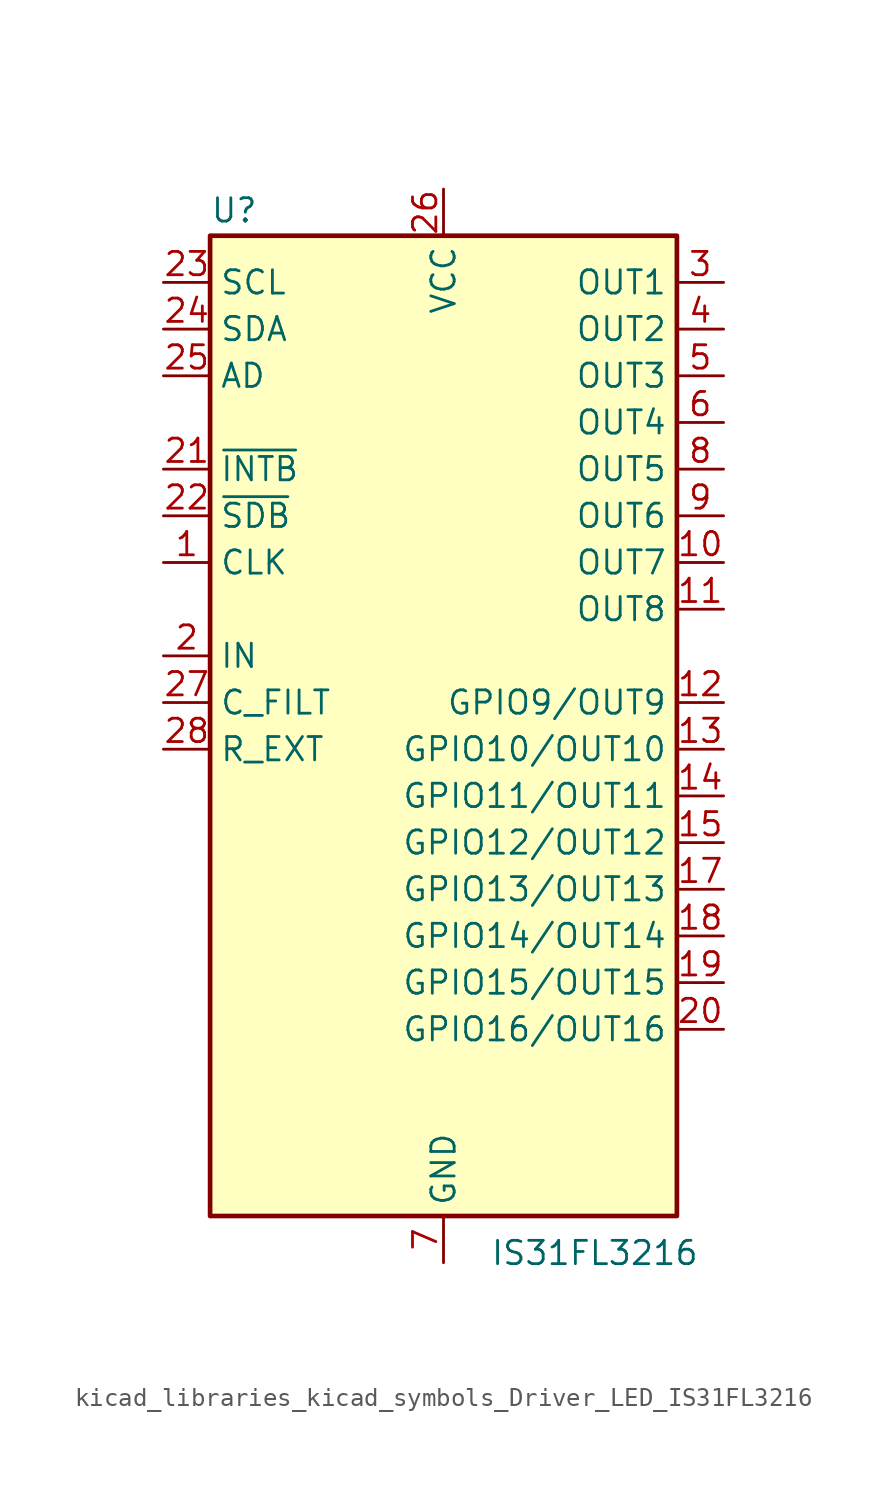
<source format=kicad_sym>
(kicad_symbol_lib
  (version 20220914)
  (generator kicad_symbol_editor)
  (symbol "kicad_libraries_kicad_symbols_Driver_LED_IS31FL3216"
    (property "Reference" "U"
      (at -12.7 23.495 0)
      (effects (font (size 1.27 1.27)) (justify left bottom)))
    (property "Value" "IS31FL3216"
      (at 2.54 -31.75 0)
      (effects (font (size 1.27 1.27)) (justify left top)))
    (symbol "kicad_libraries_kicad_symbols_Driver_LED_IS31FL3216_0_1"
      (rectangle (start -12.7 22.86) (end 12.7 -30.48) (stroke (width 0.254) (type default)) (fill (type background))))
    (symbol "kicad_libraries_kicad_symbols_Driver_LED_IS31FL3216_1_1"
      (pin bidirectional line (at -15.24 5.08 0) (length 2.54) (name "CLK" (effects (font (size 1.27 1.27)))) (number "1" (effects (font (size 1.27 1.27)))))
      (pin open_collector line (at 15.24 5.08 180) (length 2.54) (name "OUT7" (effects (font (size 1.27 1.27)))) (number "10" (effects (font (size 1.27 1.27)))))
      (pin open_collector line (at 15.24 2.54 180) (length 2.54) (name "OUT8" (effects (font (size 1.27 1.27)))) (number "11" (effects (font (size 1.27 1.27)))))
      (pin bidirectional line (at 15.24 -2.54 180) (length 2.54) (name "GPIO9/OUT9" (effects (font (size 1.27 1.27)))) (number "12" (effects (font (size 1.27 1.27)))))
      (pin bidirectional line (at 15.24 -5.08 180) (length 2.54) (name "GPIO10/OUT10" (effects (font (size 1.27 1.27)))) (number "13" (effects (font (size 1.27 1.27)))))
      (pin bidirectional line (at 15.24 -7.62 180) (length 2.54) (name "GPIO11/OUT11" (effects (font (size 1.27 1.27)))) (number "14" (effects (font (size 1.27 1.27)))))
      (pin bidirectional line (at 15.24 -10.16 180) (length 2.54) (name "GPIO12/OUT12" (effects (font (size 1.27 1.27)))) (number "15" (effects (font (size 1.27 1.27)))))
      (pin passive line (at 0 -33.02 90) (length 2.54) hide (name "GND" (effects (font (size 1.27 1.27)))) (number "16" (effects (font (size 1.27 1.27)))))
      (pin bidirectional line (at 15.24 -12.7 180) (length 2.54) (name "GPIO13/OUT13" (effects (font (size 1.27 1.27)))) (number "17" (effects (font (size 1.27 1.27)))))
      (pin bidirectional line (at 15.24 -15.24 180) (length 2.54) (name "GPIO14/OUT14" (effects (font (size 1.27 1.27)))) (number "18" (effects (font (size 1.27 1.27)))))
      (pin bidirectional line (at 15.24 -17.78 180) (length 2.54) (name "GPIO15/OUT15" (effects (font (size 1.27 1.27)))) (number "19" (effects (font (size 1.27 1.27)))))
      (pin input line (at -15.24 0 0) (length 2.54) (name "IN" (effects (font (size 1.27 1.27)))) (number "2" (effects (font (size 1.27 1.27)))))
      (pin bidirectional line (at 15.24 -20.32 180) (length 2.54) (name "GPIO16/OUT16" (effects (font (size 1.27 1.27)))) (number "20" (effects (font (size 1.27 1.27)))))
      (pin output line (at -15.24 10.16 0) (length 2.54) (name "~{INTB}" (effects (font (size 1.27 1.27)))) (number "21" (effects (font (size 1.27 1.27)))))
      (pin input line (at -15.24 7.62 0) (length 2.54) (name "~{SDB}" (effects (font (size 1.27 1.27)))) (number "22" (effects (font (size 1.27 1.27)))))
      (pin input line (at -15.24 20.32 0) (length 2.54) (name "SCL" (effects (font (size 1.27 1.27)))) (number "23" (effects (font (size 1.27 1.27)))))
      (pin bidirectional line (at -15.24 17.78 0) (length 2.54) (name "SDA" (effects (font (size 1.27 1.27)))) (number "24" (effects (font (size 1.27 1.27)))))
      (pin input line (at -15.24 15.24 0) (length 2.54) (name "AD" (effects (font (size 1.27 1.27)))) (number "25" (effects (font (size 1.27 1.27)))))
      (pin power_in line (at 0 25.4 270) (length 2.54) (name "VCC" (effects (font (size 1.27 1.27)))) (number "26" (effects (font (size 1.27 1.27)))))
      (pin passive line (at -15.24 -2.54 0) (length 2.54) (name "C_FILT" (effects (font (size 1.27 1.27)))) (number "27" (effects (font (size 1.27 1.27)))))
      (pin passive line (at -15.24 -5.08 0) (length 2.54) (name "R_EXT" (effects (font (size 1.27 1.27)))) (number "28" (effects (font (size 1.27 1.27)))))
      (pin passive line (at 0 -33.02 90) (length 2.54) hide (name "GND" (effects (font (size 1.27 1.27)))) (number "29" (effects (font (size 1.27 1.27)))))
      (pin open_collector line (at 15.24 20.32 180) (length 2.54) (name "OUT1" (effects (font (size 1.27 1.27)))) (number "3" (effects (font (size 1.27 1.27)))))
      (pin open_collector line (at 15.24 17.78 180) (length 2.54) (name "OUT2" (effects (font (size 1.27 1.27)))) (number "4" (effects (font (size 1.27 1.27)))))
      (pin open_collector line (at 15.24 15.24 180) (length 2.54) (name "OUT3" (effects (font (size 1.27 1.27)))) (number "5" (effects (font (size 1.27 1.27)))))
      (pin open_collector line (at 15.24 12.7 180) (length 2.54) (name "OUT4" (effects (font (size 1.27 1.27)))) (number "6" (effects (font (size 1.27 1.27)))))
      (pin power_in line (at 0 -33.02 90) (length 2.54) (name "GND" (effects (font (size 1.27 1.27)))) (number "7" (effects (font (size 1.27 1.27)))))
      (pin open_collector line (at 15.24 10.16 180) (length 2.54) (name "OUT5" (effects (font (size 1.27 1.27)))) (number "8" (effects (font (size 1.27 1.27)))))
      (pin open_collector line (at 15.24 7.62 180) (length 2.54) (name "OUT6" (effects (font (size 1.27 1.27)))) (number "9" (effects (font (size 1.27 1.27))))))))
</source>
